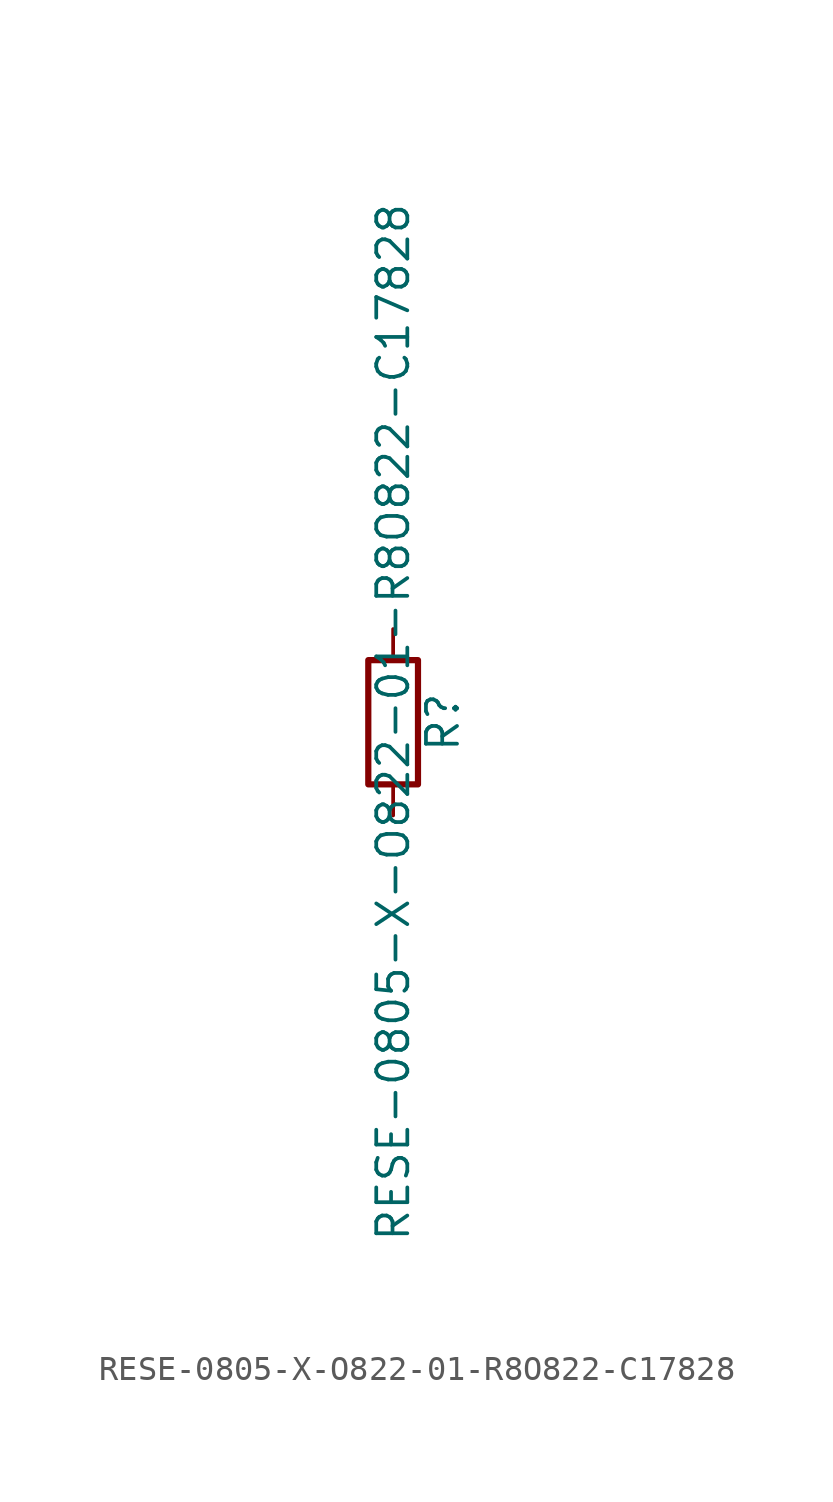
<source format=kicad_sym>
(kicad_symbol_lib
  (version 20211014)
  (generator kicad_symbol_editor)
  (symbol "RESE-0805-X-O822-01-R8O822-C17828"
    (pin_numbers hide)
    (pin_names
      (offset 0))
    (property "Reference" "R"
      (at 2.032 0 90)
      (effects (font (size 1.27 1.27))))
    (property "Value" "RESE-0805-X-O822-01-R8O822-C17828"
      (at 0 0 90)
      (effects (font (size 1.27 1.27))))
    (symbol "RESE-0805-X-O822-01-R8O822-C17828_0_1"
      (rectangle (start -1.016 -2.54) (end 1.016 2.54) (stroke (width 0.254) (type default) (color 0 0 0 0)) (fill (type none))))
    (symbol "RESE-0805-X-O822-01-R8O822-C17828_1_1"
      (pin passive line (at 0 3.81 270) (length 1.27) (name "~" (effects (font (size 1.27 1.27)))) (number "1" (effects (font (size 1.27 1.27)))))
      (pin passive line (at 0 -3.81 90) (length 1.27) (name "~" (effects (font (size 1.27 1.27)))) (number "2" (effects (font (size 1.27 1.27))))))))
</source>
